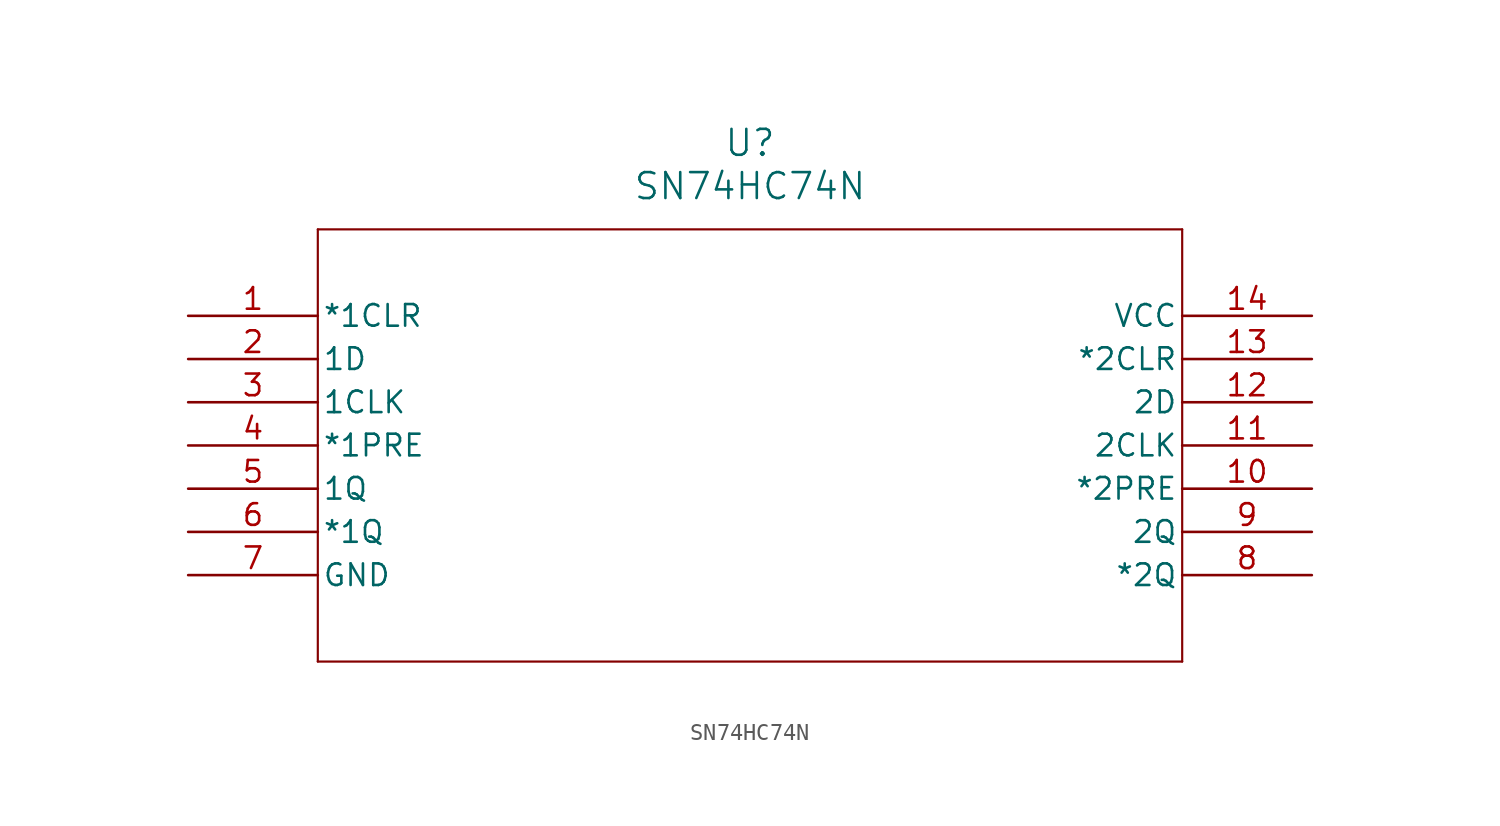
<source format=kicad_sym>
(kicad_symbol_lib
  (version 20211014)
  (generator kicad_symbol_editor)
  (symbol "SN74HC74N"
    (pin_names
      (offset 0.254))
    (property "Reference" "U"
      (at 33.02 10.16 0)
      (effects (font (size 1.524 1.524))))
    (property "Value" "SN74HC74N"
      (at 33.02 7.62 0)
      (effects (font (size 1.524 1.524))))
    (symbol "SN74HC74N_0_1"
      (polyline (pts (xy 7.62 5.08) (xy 7.62 -20.32)) (stroke (width 0.127) (type default) (color 0 0 0 0)) (fill (type none)))
      (polyline (pts (xy 7.62 -20.32) (xy 58.42 -20.32)) (stroke (width 0.127) (type default) (color 0 0 0 0)) (fill (type none)))
      (polyline (pts (xy 58.42 -20.32) (xy 58.42 5.08)) (stroke (width 0.127) (type default) (color 0 0 0 0)) (fill (type none)))
      (polyline (pts (xy 58.42 5.08) (xy 7.62 5.08)) (stroke (width 0.127) (type default) (color 0 0 0 0)) (fill (type none)))
      (pin input line (at 0 0 0) (length 7.62) (name "*1CLR" (effects (font (size 1.27 1.27)))) (number "1" (effects (font (size 1.27 1.27)))))
      (pin input line (at 0 -2.54 0) (length 7.62) (name "1D" (effects (font (size 1.27 1.27)))) (number "2" (effects (font (size 1.27 1.27)))))
      (pin input line (at 0 -5.08 0) (length 7.62) (name "1CLK" (effects (font (size 1.27 1.27)))) (number "3" (effects (font (size 1.27 1.27)))))
      (pin input line (at 0 -7.62 0) (length 7.62) (name "*1PRE" (effects (font (size 1.27 1.27)))) (number "4" (effects (font (size 1.27 1.27)))))
      (pin output line (at 0 -10.16 0) (length 7.62) (name "1Q" (effects (font (size 1.27 1.27)))) (number "5" (effects (font (size 1.27 1.27)))))
      (pin output line (at 0 -12.7 0) (length 7.62) (name "*1Q" (effects (font (size 1.27 1.27)))) (number "6" (effects (font (size 1.27 1.27)))))
      (pin power_in line (at 0 -15.24 0) (length 7.62) (name "GND" (effects (font (size 1.27 1.27)))) (number "7" (effects (font (size 1.27 1.27)))))
      (pin output line (at 66.04 -15.24 180) (length 7.62) (name "*2Q" (effects (font (size 1.27 1.27)))) (number "8" (effects (font (size 1.27 1.27)))))
      (pin output line (at 66.04 -12.7 180) (length 7.62) (name "2Q" (effects (font (size 1.27 1.27)))) (number "9" (effects (font (size 1.27 1.27)))))
      (pin input line (at 66.04 -10.16 180) (length 7.62) (name "*2PRE" (effects (font (size 1.27 1.27)))) (number "10" (effects (font (size 1.27 1.27)))))
      (pin input line (at 66.04 -7.62 180) (length 7.62) (name "2CLK" (effects (font (size 1.27 1.27)))) (number "11" (effects (font (size 1.27 1.27)))))
      (pin input line (at 66.04 -5.08 180) (length 7.62) (name "2D" (effects (font (size 1.27 1.27)))) (number "12" (effects (font (size 1.27 1.27)))))
      (pin input line (at 66.04 -2.54 180) (length 7.62) (name "*2CLR" (effects (font (size 1.27 1.27)))) (number "13" (effects (font (size 1.27 1.27)))))
      (pin power_in line (at 66.04 0 180) (length 7.62) (name "VCC" (effects (font (size 1.27 1.27)))) (number "14" (effects (font (size 1.27 1.27))))))))
</source>
